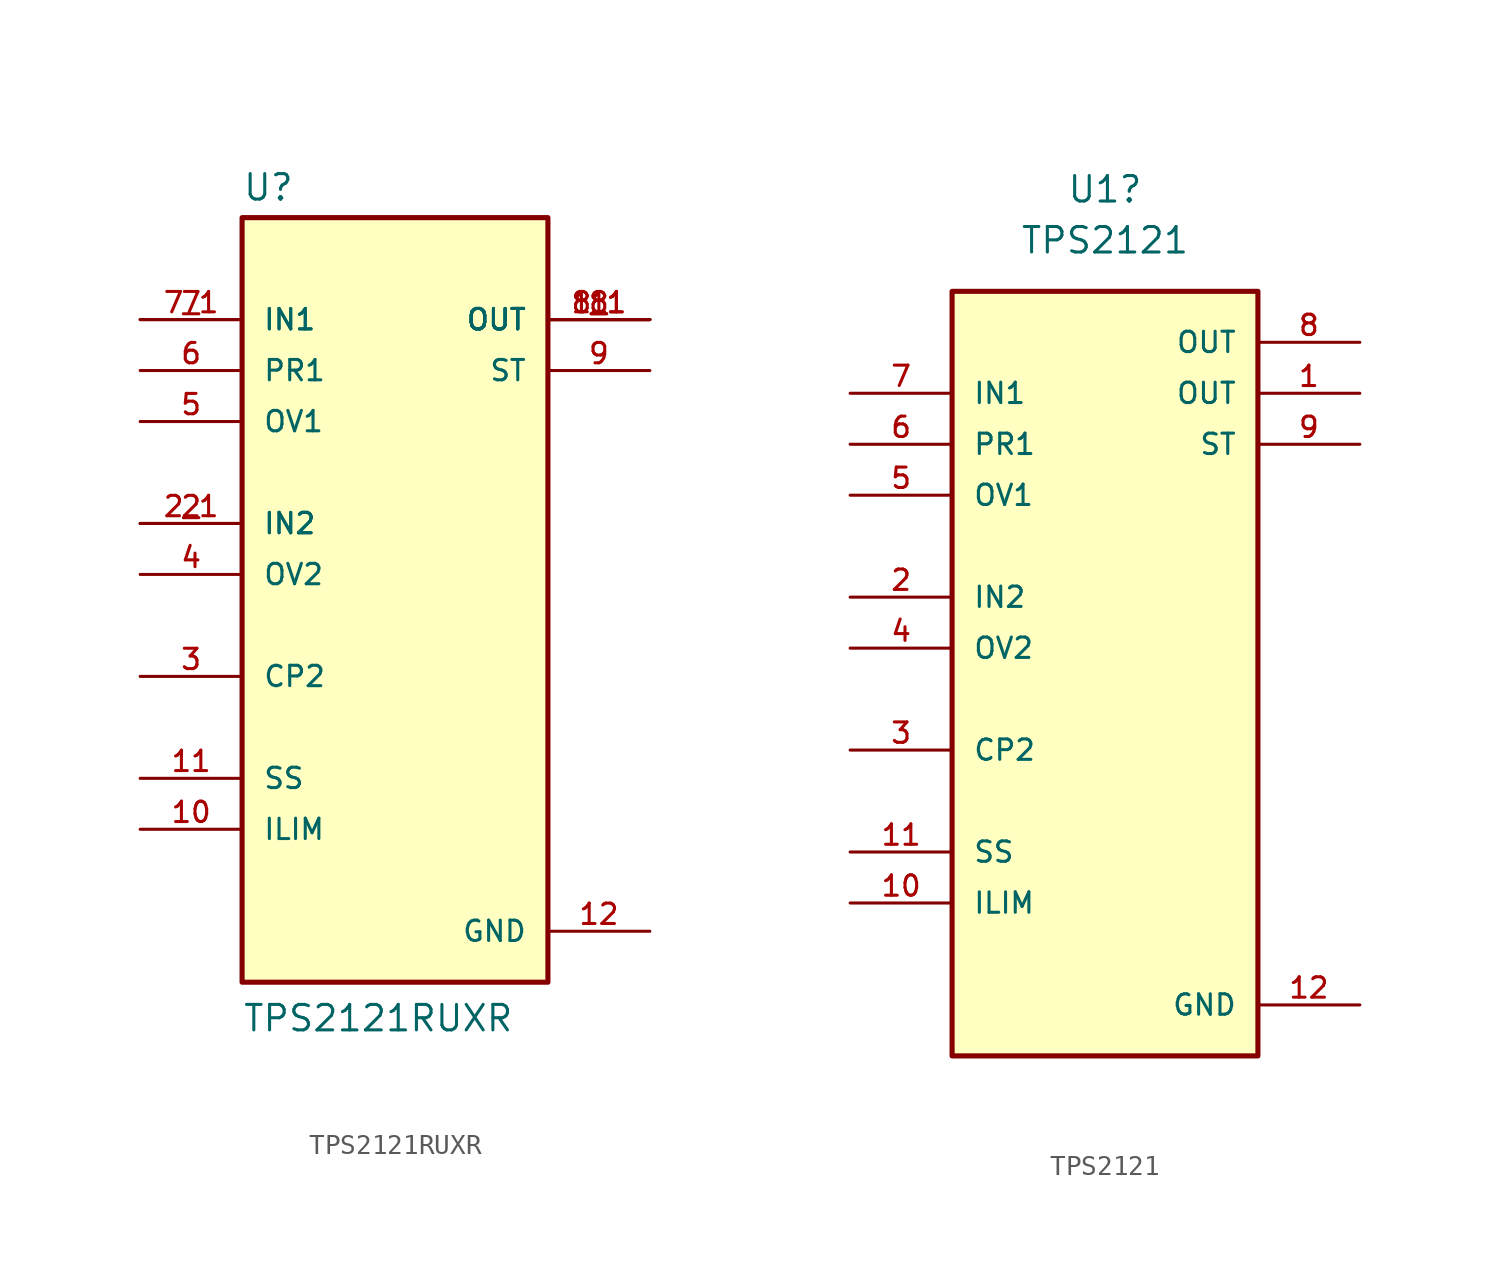
<source format=kicad_sym>
(kicad_symbol_lib
  (version 20241209)
  (generator "kicad_symbol_editor")
  (generator_version "9.0")
  (symbol "TPS2121RUXR"
    (pin_names
      (offset 1.016))
    (property "Reference" "U"
      (at -7.62 21.082 0)
      (effects (font (size 1.27 1.27)) (justify left bottom)))
    (property "Value" "TPS2121RUXR"
      (at -7.62 -20.32 0)
      (effects (font (size 1.27 1.27)) (justify left bottom)))
    (symbol "TPS2121RUXR_0_0"
      (rectangle (start -7.62 -17.78) (end 7.62 20.32) (stroke (width 0.254) (type default)) (fill (type background)))
      (pin input line (at -12.7 15.24 0) (length 5.08) (name "IN1" (effects (font (size 1.016 1.016)))) (number "7" (effects (font (size 1.016 1.016)))))
      (pin input line (at -12.7 15.24 0) (length 5.08) (name "IN1" (effects (font (size 1.016 1.016)))) (number "7_1" (effects (font (size 1.016 1.016)))))
      (pin input line (at -12.7 12.7 0) (length 5.08) (name "PR1" (effects (font (size 1.016 1.016)))) (number "6" (effects (font (size 1.016 1.016)))))
      (pin input line (at -12.7 10.16 0) (length 5.08) (name "OV1" (effects (font (size 1.016 1.016)))) (number "5" (effects (font (size 1.016 1.016)))))
      (pin input line (at -12.7 5.08 0) (length 5.08) (name "IN2" (effects (font (size 1.016 1.016)))) (number "2" (effects (font (size 1.016 1.016)))))
      (pin input line (at -12.7 5.08 0) (length 5.08) (name "IN2" (effects (font (size 1.016 1.016)))) (number "2_1" (effects (font (size 1.016 1.016)))))
      (pin input line (at -12.7 2.54 0) (length 5.08) (name "OV2" (effects (font (size 1.016 1.016)))) (number "4" (effects (font (size 1.016 1.016)))))
      (pin input line (at -12.7 -2.54 0) (length 5.08) (name "CP2" (effects (font (size 1.016 1.016)))) (number "3" (effects (font (size 1.016 1.016)))))
      (pin passive line (at -12.7 -7.62 0) (length 5.08) (name "SS" (effects (font (size 1.016 1.016)))) (number "11" (effects (font (size 1.016 1.016)))))
      (pin passive line (at -12.7 -10.16 0) (length 5.08) (name "ILIM" (effects (font (size 1.016 1.016)))) (number "10" (effects (font (size 1.016 1.016)))))
      (pin output line (at 12.7 15.24 180) (length 5.08) (name "OUT" (effects (font (size 1.016 1.016)))) (number "1" (effects (font (size 1.016 1.016)))))
      (pin output line (at 12.7 15.24 180) (length 5.08) (name "OUT" (effects (font (size 1.016 1.016)))) (number "1_1" (effects (font (size 1.016 1.016)))))
      (pin output line (at 12.7 15.24 180) (length 5.08) (name "OUT" (effects (font (size 1.016 1.016)))) (number "8" (effects (font (size 1.016 1.016)))))
      (pin output line (at 12.7 15.24 180) (length 5.08) (name "OUT" (effects (font (size 1.016 1.016)))) (number "8_1" (effects (font (size 1.016 1.016)))))
      (pin output line (at 12.7 12.7 180) (length 5.08) (name "ST" (effects (font (size 1.016 1.016)))) (number "9" (effects (font (size 1.016 1.016)))))
      (pin power_in line (at 12.7 -15.24 180) (length 5.08) (name "GND" (effects (font (size 1.016 1.016)))) (number "12" (effects (font (size 1.016 1.016)))))))
  (symbol "TPS2121"
    (pin_names
      (offset 1.016))
    (property "Reference" "U1"
      (at 0 25.4 0)
      (effects (font (size 1.27 1.27))))
    (property "Value" "TPS2121"
      (at 0 22.86 0)
      (effects (font (size 1.27 1.27))))
    (symbol "TPS2121_0_0"
      (rectangle (start -7.62 20.32) (end 7.62 -17.78) (stroke (width 0.254) (type default)) (fill (type background)))
      (pin input line (at -12.7 15.24 0) (length 5.08) (name "IN1" (effects (font (size 1.016 1.016)))) (number "7" (effects (font (size 1.016 1.016)))))
      (pin input line (at -12.7 12.7 0) (length 5.08) (name "PR1" (effects (font (size 1.016 1.016)))) (number "6" (effects (font (size 1.016 1.016)))))
      (pin input line (at -12.7 10.16 0) (length 5.08) (name "OV1" (effects (font (size 1.016 1.016)))) (number "5" (effects (font (size 1.016 1.016)))))
      (pin input line (at -12.7 5.08 0) (length 5.08) (name "IN2" (effects (font (size 1.016 1.016)))) (number "2" (effects (font (size 1.016 1.016)))))
      (pin input line (at -12.7 2.54 0) (length 5.08) (name "OV2" (effects (font (size 1.016 1.016)))) (number "4" (effects (font (size 1.016 1.016)))))
      (pin input line (at -12.7 -2.54 0) (length 5.08) (name "CP2" (effects (font (size 1.016 1.016)))) (number "3" (effects (font (size 1.016 1.016)))))
      (pin passive line (at -12.7 -7.62 0) (length 5.08) (name "SS" (effects (font (size 1.016 1.016)))) (number "11" (effects (font (size 1.016 1.016)))))
      (pin passive line (at -12.7 -10.16 0) (length 5.08) (name "ILIM" (effects (font (size 1.016 1.016)))) (number "10" (effects (font (size 1.016 1.016)))))
      (pin output line (at 12.7 12.7 180) (length 5.08) (name "ST" (effects (font (size 1.016 1.016)))) (number "9" (effects (font (size 1.016 1.016)))))
      (pin power_in line (at 12.7 -15.24 180) (length 5.08) (name "GND" (effects (font (size 1.016 1.016)))) (number "12" (effects (font (size 1.016 1.016))))))
    (symbol "TPS2121_1_0"
      (pin output line (at 12.7 17.78 180) (length 5.08) (name "OUT" (effects (font (size 1.016 1.016)))) (number "8" (effects (font (size 1.016 1.016)))))
      (pin output line (at 12.7 15.24 180) (length 5.08) (name "OUT" (effects (font (size 1.016 1.016)))) (number "1" (effects (font (size 1.016 1.016))))))))
</source>
